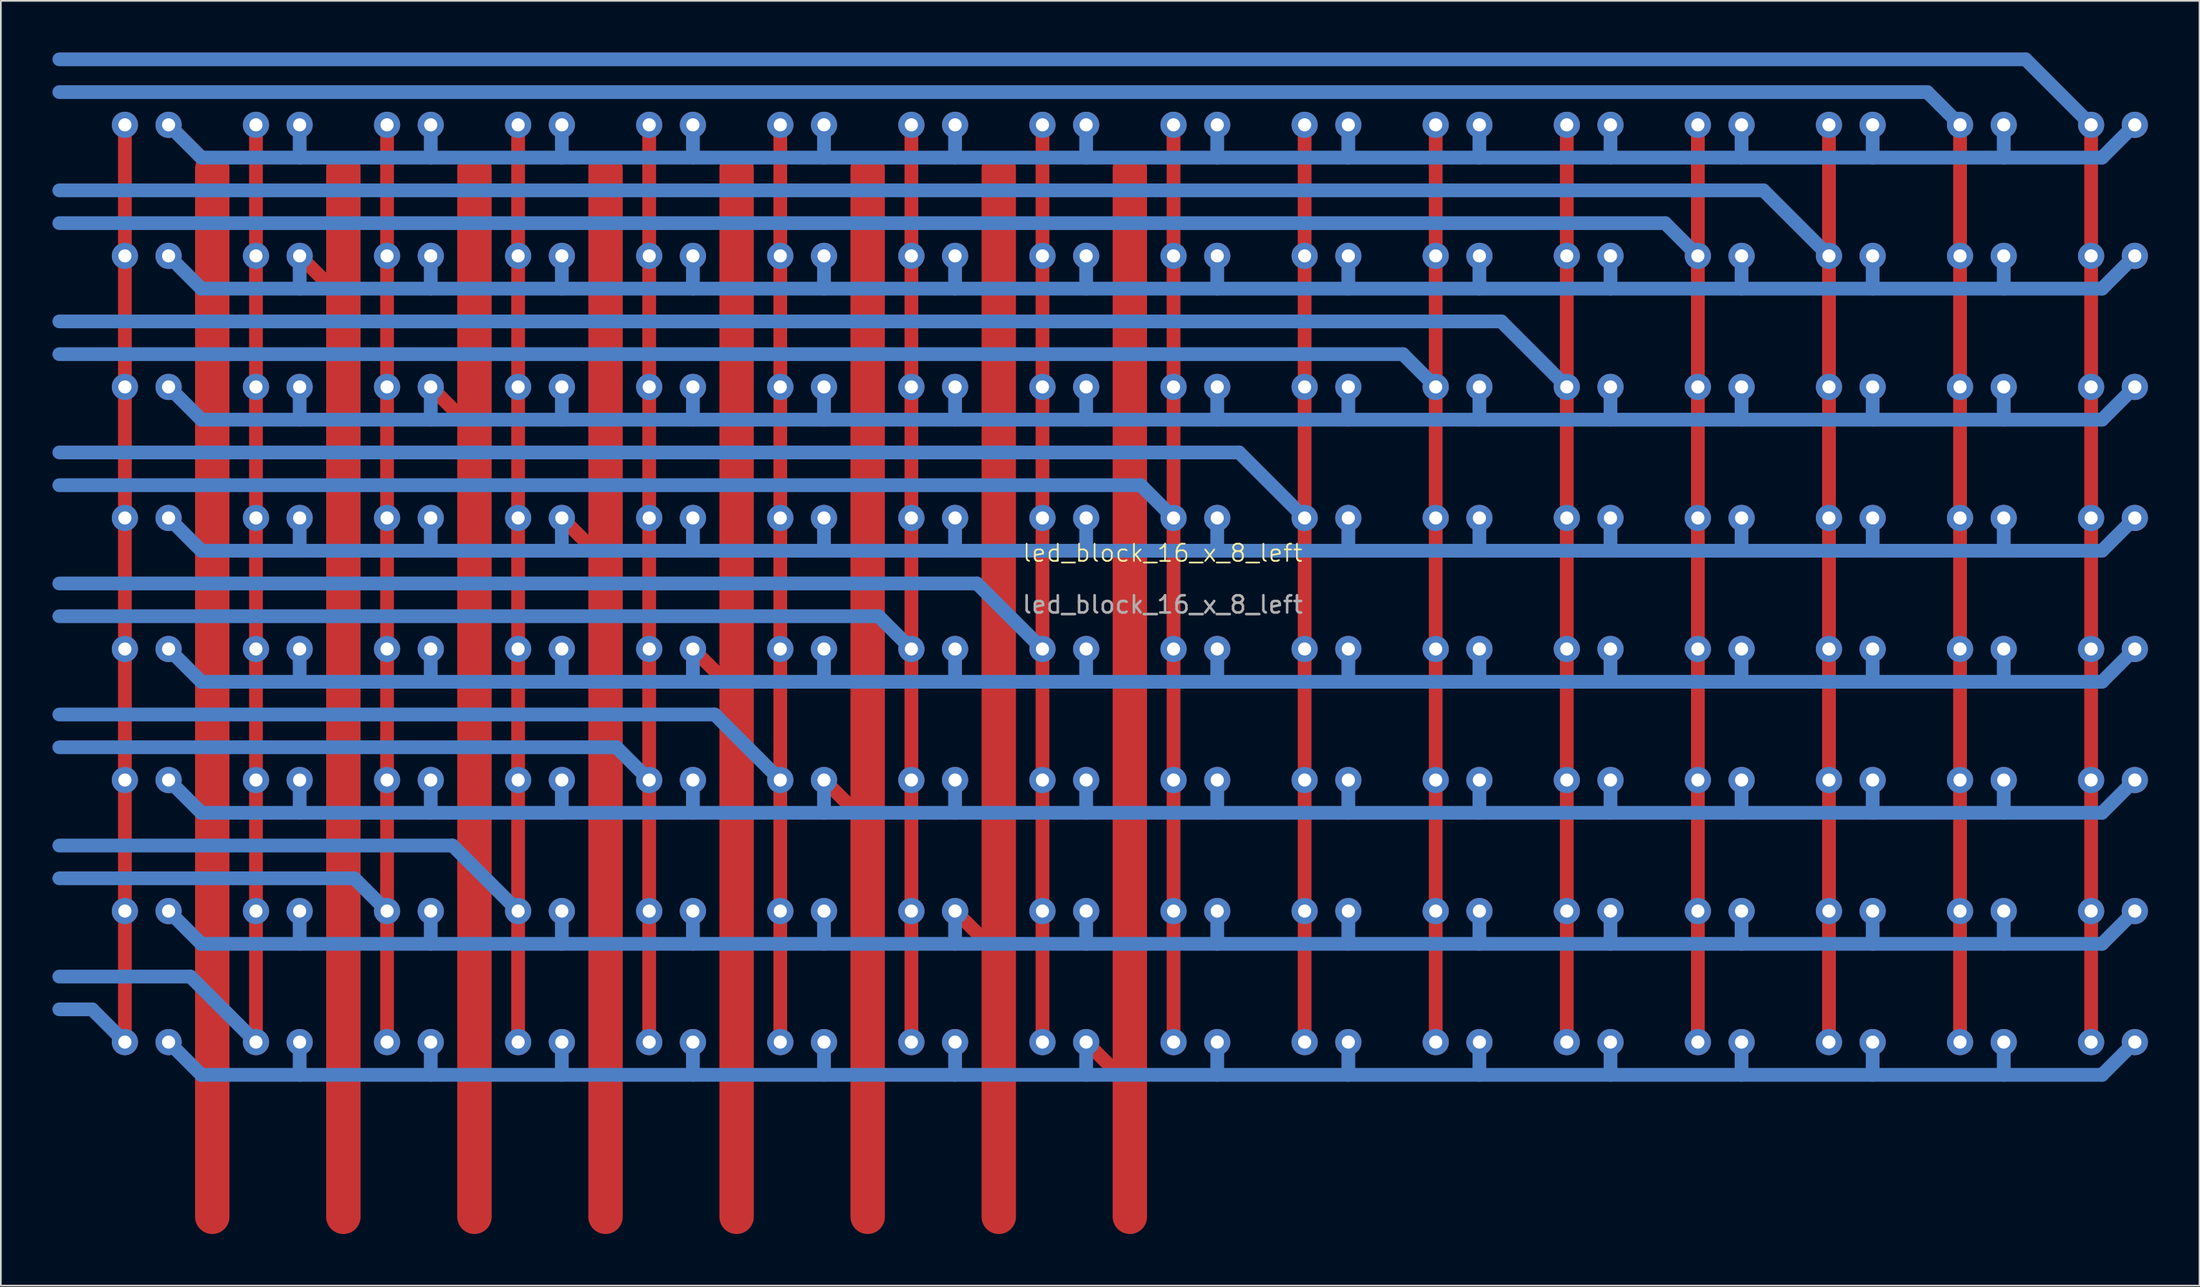
<source format=kicad_pcb>
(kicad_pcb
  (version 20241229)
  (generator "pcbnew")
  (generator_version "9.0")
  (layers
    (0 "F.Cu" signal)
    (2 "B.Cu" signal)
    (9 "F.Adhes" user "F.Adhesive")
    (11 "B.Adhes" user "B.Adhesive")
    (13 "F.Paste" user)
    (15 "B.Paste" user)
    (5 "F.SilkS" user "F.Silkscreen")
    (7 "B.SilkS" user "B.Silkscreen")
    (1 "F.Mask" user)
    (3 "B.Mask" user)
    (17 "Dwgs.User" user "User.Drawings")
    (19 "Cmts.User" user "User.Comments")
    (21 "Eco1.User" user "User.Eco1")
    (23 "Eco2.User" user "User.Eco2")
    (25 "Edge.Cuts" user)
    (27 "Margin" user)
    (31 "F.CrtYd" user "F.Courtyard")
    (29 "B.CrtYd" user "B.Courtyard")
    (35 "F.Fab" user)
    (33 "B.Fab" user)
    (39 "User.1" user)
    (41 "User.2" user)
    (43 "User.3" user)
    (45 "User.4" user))
  (footprint "led_block_16_x_8_left"
    (layer "F.Cu")
    (at 64.535 29.61)
    (property "Reference" "led_block_16_x_8_left" (at 0 -0.5 0) (unlocked yes) (layer "F.SilkS") (effects (font (size 1 1) (thickness 0.1))))
    (attr through_hole)
    (fp_line (start -60.325 -25.4) (end -60.325 27.94) (stroke (width 0.8) (type default)) (layer "F.Cu"))
    (fp_line (start -57.785 -25.4) (end -55.245 -22.86) (stroke (width 0.8) (type default)) (layer "F.Cu"))
    (fp_line (start -55.245 -22.86) (end -55.245 38.1) (stroke (width 2) (type default)) (layer "F.Cu"))
    (fp_line (start -52.705 -25.4) (end -52.705 27.94) (stroke (width 0.8) (type default)) (layer "F.Cu"))
    (fp_line (start -50.165 -17.78) (end -47.625 -15.24) (stroke (width 0.8) (type default)) (layer "F.Cu"))
    (fp_line (start -47.625 -22.86) (end -47.625 38.1) (stroke (width 2) (type default)) (layer "F.Cu"))
    (fp_line (start -45.085 -25.4) (end -45.085 27.94) (stroke (width 0.8) (type default)) (layer "F.Cu"))
    (fp_line (start -42.545 -10.16) (end -40.005 -7.62) (stroke (width 0.8) (type default)) (layer "F.Cu"))
    (fp_line (start -40.005 -22.86) (end -40.005 38.1) (stroke (width 2) (type default)) (layer "F.Cu"))
    (fp_line (start -37.465 -25.4) (end -37.465 27.94) (stroke (width 0.8) (type default)) (layer "F.Cu"))
    (fp_line (start -34.925 -2.54) (end -32.385 0) (stroke (width 0.8) (type default)) (layer "F.Cu"))
    (fp_line (start -32.385 -22.86) (end -32.385 38.1) (stroke (width 2) (type default)) (layer "F.Cu"))
    (fp_line (start -29.845 -25.4) (end -29.845 27.94) (stroke (width 0.8) (type default)) (layer "F.Cu"))
    (fp_line (start -27.305 5.08) (end -24.765 7.62) (stroke (width 0.8) (type default)) (layer "F.Cu"))
    (fp_line (start -24.765 -22.86) (end -24.765 38.1) (stroke (width 2) (type default)) (layer "F.Cu"))
    (fp_line (start -22.225 -25.4) (end -22.225 27.94) (stroke (width 0.8) (type default)) (layer "F.Cu"))
    (fp_line (start -19.685 12.7) (end -17.145 15.24) (stroke (width 0.8) (type default)) (layer "F.Cu"))
    (fp_line (start -17.145 -22.86) (end -17.145 38.1) (stroke (width 2) (type default)) (layer "F.Cu"))
    (fp_line (start -14.605 -25.4) (end -14.605 27.94) (stroke (width 0.8) (type default)) (layer "F.Cu"))
    (fp_line (start -12.065 20.32) (end -9.525 22.86) (stroke (width 0.8) (type default)) (layer "F.Cu"))
    (fp_line (start -9.525 -22.86) (end -9.525 38.1) (stroke (width 2) (type default)) (layer "F.Cu"))
    (fp_line (start -6.985 -25.4) (end -6.985 27.94) (stroke (width 0.8) (type default)) (layer "F.Cu"))
    (fp_line (start -4.445 27.94) (end -1.905 30.48) (stroke (width 0.8) (type default)) (layer "F.Cu"))
    (fp_line (start -1.905 -22.86) (end -1.905 38.1) (stroke (width 2) (type default)) (layer "F.Cu"))
    (fp_line (start 0.635 -25.4) (end 0.635 27.94) (stroke (width 0.8) (type default)) (layer "F.Cu"))
    (fp_line (start 8.255 -25.4) (end 8.255 27.94) (stroke (width 0.8) (type default)) (layer "F.Cu"))
    (fp_line (start 15.875 -25.4) (end 15.875 27.94) (stroke (width 0.8) (type default)) (layer "F.Cu"))
    (fp_line (start 23.495 -25.4) (end 23.495 27.94) (stroke (width 0.8) (type default)) (layer "F.Cu"))
    (fp_line (start 31.115 -25.4) (end 31.115 27.94) (stroke (width 0.8) (type default)) (layer "F.Cu"))
    (fp_line (start 38.735 -25.4) (end 38.735 27.94) (stroke (width 0.8) (type default)) (layer "F.Cu"))
    (fp_line (start 46.355 -25.4) (end 46.355 27.94) (stroke (width 0.8) (type default)) (layer "F.Cu"))
    (fp_line (start 53.975 -25.4) (end 53.975 27.94) (stroke (width 0.8) (type default)) (layer "F.Cu"))
    (fp_line (start -64.135 -27.305) (end 44.45 -27.305) (stroke (width 0.8) (type default)) (layer "B.Cu"))
    (fp_line (start -64.135 -19.685) (end 29.21 -19.685) (stroke (width 0.8) (type default)) (layer "B.Cu"))
    (fp_line (start -64.135 -12.065) (end 13.97 -12.065) (stroke (width 0.8) (type default)) (layer "B.Cu"))
    (fp_line (start -64.135 -4.445) (end -1.27 -4.445) (stroke (width 0.8) (type default)) (layer "B.Cu"))
    (fp_line (start -64.135 3.175) (end -16.51 3.175) (stroke (width 0.8) (type default)) (layer "B.Cu"))
    (fp_line (start -64.135 10.795) (end -31.75 10.795) (stroke (width 0.8) (type default)) (layer "B.Cu"))
    (fp_line (start -64.135 24.13) (end -56.515 24.13) (stroke (width 0.8) (type default)) (layer "B.Cu"))
    (fp_line (start -62.23 26.035) (end -64.135 26.035) (stroke (width 0.8) (type default)) (layer "B.Cu"))
    (fp_line (start -60.325 27.94) (end -62.23 26.035) (stroke (width 0.8) (type default)) (layer "B.Cu"))
    (fp_line (start -57.785 -25.4) (end -55.88 -23.495) (stroke (width 0.8) (type default)) (layer "B.Cu"))
    (fp_line (start -57.785 -17.78) (end -55.88 -15.875) (stroke (width 0.8) (type default)) (layer "B.Cu"))
    (fp_line (start -57.785 -10.16) (end -55.88 -8.255) (stroke (width 0.8) (type default)) (layer "B.Cu"))
    (fp_line (start -57.785 -2.54) (end -55.88 -0.635) (stroke (width 0.8) (type default)) (layer "B.Cu"))
    (fp_line (start -57.785 5.08) (end -55.88 6.985) (stroke (width 0.8) (type default)) (layer "B.Cu"))
    (fp_line (start -57.785 12.7) (end -55.88 14.605) (stroke (width 0.8) (type default)) (layer "B.Cu"))
    (fp_line (start -57.785 20.32) (end -55.88 22.225) (stroke (width 0.8) (type default)) (layer "B.Cu"))
    (fp_line (start -57.785 27.94) (end -55.88 29.845) (stroke (width 0.8) (type default)) (layer "B.Cu"))
    (fp_line (start -56.515 24.13) (end -52.705 27.94) (stroke (width 0.8) (type default)) (layer "B.Cu"))
    (fp_line (start -55.88 -23.495) (end 54.61 -23.495) (stroke (width 0.8) (type default)) (layer "B.Cu"))
    (fp_line (start -55.88 -15.875) (end 54.61 -15.875) (stroke (width 0.8) (type default)) (layer "B.Cu"))
    (fp_line (start -55.88 -8.255) (end 54.61 -8.255) (stroke (width 0.8) (type default)) (layer "B.Cu"))
    (fp_line (start -55.88 -0.635) (end 54.61 -0.635) (stroke (width 0.8) (type default)) (layer "B.Cu"))
    (fp_line (start -55.88 6.985) (end 54.61 6.985) (stroke (width 0.8) (type default)) (layer "B.Cu"))
    (fp_line (start -55.88 14.605) (end 54.61 14.605) (stroke (width 0.8) (type default)) (layer "B.Cu"))
    (fp_line (start -55.88 22.225) (end 54.61 22.225) (stroke (width 0.8) (type default)) (layer "B.Cu"))
    (fp_line (start -55.88 29.845) (end 54.61 29.845) (stroke (width 0.8) (type default)) (layer "B.Cu"))
    (fp_line (start -50.165 -23.495) (end -50.165 -25.4) (stroke (width 0.8) (type default)) (layer "B.Cu"))
    (fp_line (start -50.165 -15.875) (end -50.165 -17.78) (stroke (width 0.8) (type default)) (layer "B.Cu"))
    (fp_line (start -50.165 -8.255) (end -50.165 -10.16) (stroke (width 0.8) (type default)) (layer "B.Cu"))
    (fp_line (start -50.165 -0.635) (end -50.165 -2.54) (stroke (width 0.8) (type default)) (layer "B.Cu"))
    (fp_line (start -50.165 6.985) (end -50.165 5.08) (stroke (width 0.8) (type default)) (layer "B.Cu"))
    (fp_line (start -50.165 14.605) (end -50.165 12.7) (stroke (width 0.8) (type default)) (layer "B.Cu"))
    (fp_line (start -50.165 22.225) (end -50.165 20.32) (stroke (width 0.8) (type default)) (layer "B.Cu"))
    (fp_line (start -50.165 29.845) (end -50.165 27.94) (stroke (width 0.8) (type default)) (layer "B.Cu"))
    (fp_line (start -46.99 18.415) (end -64.135 18.415) (stroke (width 0.8) (type default)) (layer "B.Cu"))
    (fp_line (start -45.085 20.32) (end -46.99 18.415) (stroke (width 0.8) (type default)) (layer "B.Cu"))
    (fp_line (start -42.545 -23.495) (end -42.545 -25.4) (stroke (width 0.8) (type default)) (layer "B.Cu"))
    (fp_line (start -42.545 -15.875) (end -42.545 -17.78) (stroke (width 0.8) (type default)) (layer "B.Cu"))
    (fp_line (start -42.545 -8.255) (end -42.545 -10.16) (stroke (width 0.8) (type default)) (layer "B.Cu"))
    (fp_line (start -42.545 -0.635) (end -42.545 -2.54) (stroke (width 0.8) (type default)) (layer "B.Cu"))
    (fp_line (start -42.545 6.985) (end -42.545 5.08) (stroke (width 0.8) (type default)) (layer "B.Cu"))
    (fp_line (start -42.545 14.605) (end -42.545 12.7) (stroke (width 0.8) (type default)) (layer "B.Cu"))
    (fp_line (start -42.545 22.225) (end -42.545 20.32) (stroke (width 0.8) (type default)) (layer "B.Cu"))
    (fp_line (start -42.545 29.845) (end -42.545 27.94) (stroke (width 0.8) (type default)) (layer "B.Cu"))
    (fp_line (start -41.275 16.51) (end -64.135 16.51) (stroke (width 0.8) (type default)) (layer "B.Cu"))
    (fp_line (start -37.465 20.32) (end -41.275 16.51) (stroke (width 0.8) (type default)) (layer "B.Cu"))
    (fp_line (start -34.925 -23.495) (end -34.925 -25.4) (stroke (width 0.8) (type default)) (layer "B.Cu"))
    (fp_line (start -34.925 -15.875) (end -34.925 -17.78) (stroke (width 0.8) (type default)) (layer "B.Cu"))
    (fp_line (start -34.925 -8.255) (end -34.925 -10.16) (stroke (width 0.8) (type default)) (layer "B.Cu"))
    (fp_line (start -34.925 -0.635) (end -34.925 -2.54) (stroke (width 0.8) (type default)) (layer "B.Cu"))
    (fp_line (start -34.925 6.985) (end -34.925 5.08) (stroke (width 0.8) (type default)) (layer "B.Cu"))
    (fp_line (start -34.925 14.605) (end -34.925 12.7) (stroke (width 0.8) (type default)) (layer "B.Cu"))
    (fp_line (start -34.925 22.225) (end -34.925 20.32) (stroke (width 0.8) (type default)) (layer "B.Cu"))
    (fp_line (start -34.925 29.845) (end -34.925 27.94) (stroke (width 0.8) (type default)) (layer "B.Cu"))
    (fp_line (start -31.75 10.795) (end -29.845 12.7) (stroke (width 0.8) (type default)) (layer "B.Cu"))
    (fp_line (start -27.305 -23.495) (end -27.305 -25.4) (stroke (width 0.8) (type default)) (layer "B.Cu"))
    (fp_line (start -27.305 -15.875) (end -27.305 -17.78) (stroke (width 0.8) (type default)) (layer "B.Cu"))
    (fp_line (start -27.305 -8.255) (end -27.305 -10.16) (stroke (width 0.8) (type default)) (layer "B.Cu"))
    (fp_line (start -27.305 -0.635) (end -27.305 -2.54) (stroke (width 0.8) (type default)) (layer "B.Cu"))
    (fp_line (start -27.305 6.985) (end -27.305 5.08) (stroke (width 0.8) (type default)) (layer "B.Cu"))
    (fp_line (start -27.305 14.605) (end -27.305 12.7) (stroke (width 0.8) (type default)) (layer "B.Cu"))
    (fp_line (start -27.305 22.225) (end -27.305 20.32) (stroke (width 0.8) (type default)) (layer "B.Cu"))
    (fp_line (start -27.305 29.845) (end -27.305 27.94) (stroke (width 0.8) (type default)) (layer "B.Cu"))
    (fp_line (start -26.035 8.89) (end -64.135 8.89) (stroke (width 0.8) (type default)) (layer "B.Cu"))
    (fp_line (start -22.225 12.7) (end -26.035 8.89) (stroke (width 0.8) (type default)) (layer "B.Cu"))
    (fp_line (start -19.685 -23.495) (end -19.685 -25.4) (stroke (width 0.8) (type default)) (layer "B.Cu"))
    (fp_line (start -19.685 -15.875) (end -19.685 -17.78) (stroke (width 0.8) (type default)) (layer "B.Cu"))
    (fp_line (start -19.685 -8.255) (end -19.685 -10.16) (stroke (width 0.8) (type default)) (layer "B.Cu"))
    (fp_line (start -19.685 -0.635) (end -19.685 -2.54) (stroke (width 0.8) (type default)) (layer "B.Cu"))
    (fp_line (start -19.685 6.985) (end -19.685 5.08) (stroke (width 0.8) (type default)) (layer "B.Cu"))
    (fp_line (start -19.685 14.605) (end -19.685 12.7) (stroke (width 0.8) (type default)) (layer "B.Cu"))
    (fp_line (start -19.685 22.225) (end -19.685 20.32) (stroke (width 0.8) (type default)) (layer "B.Cu"))
    (fp_line (start -19.685 29.845) (end -19.685 27.94) (stroke (width 0.8) (type default)) (layer "B.Cu"))
    (fp_line (start -16.51 3.175) (end -14.605 5.08) (stroke (width 0.8) (type default)) (layer "B.Cu"))
    (fp_line (start -12.065 -23.495) (end -12.065 -25.4) (stroke (width 0.8) (type default)) (layer "B.Cu"))
    (fp_line (start -12.065 -15.875) (end -12.065 -17.78) (stroke (width 0.8) (type default)) (layer "B.Cu"))
    (fp_line (start -12.065 -8.255) (end -12.065 -10.16) (stroke (width 0.8) (type default)) (layer "B.Cu"))
    (fp_line (start -12.065 -0.635) (end -12.065 -2.54) (stroke (width 0.8) (type default)) (layer "B.Cu"))
    (fp_line (start -12.065 6.985) (end -12.065 5.08) (stroke (width 0.8) (type default)) (layer "B.Cu"))
    (fp_line (start -12.065 14.605) (end -12.065 12.7) (stroke (width 0.8) (type default)) (layer "B.Cu"))
    (fp_line (start -12.065 22.225) (end -12.065 20.32) (stroke (width 0.8) (type default)) (layer "B.Cu"))
    (fp_line (start -12.065 29.845) (end -12.065 27.94) (stroke (width 0.8) (type default)) (layer "B.Cu"))
    (fp_line (start -10.795 1.27) (end -64.135 1.27) (stroke (width 0.8) (type default)) (layer "B.Cu"))
    (fp_line (start -6.985 5.08) (end -10.795 1.27) (stroke (width 0.8) (type default)) (layer "B.Cu"))
    (fp_line (start -4.445 -23.495) (end -4.445 -25.4) (stroke (width 0.8) (type default)) (layer "B.Cu"))
    (fp_line (start -4.445 -15.875) (end -4.445 -17.78) (stroke (width 0.8) (type default)) (layer "B.Cu"))
    (fp_line (start -4.445 -8.255) (end -4.445 -10.16) (stroke (width 0.8) (type default)) (layer "B.Cu"))
    (fp_line (start -4.445 -0.635) (end -4.445 -2.54) (stroke (width 0.8) (type default)) (layer "B.Cu"))
    (fp_line (start -4.445 6.985) (end -4.445 5.08) (stroke (width 0.8) (type default)) (layer "B.Cu"))
    (fp_line (start -4.445 14.605) (end -4.445 12.7) (stroke (width 0.8) (type default)) (layer "B.Cu"))
    (fp_line (start -4.445 22.225) (end -4.445 20.32) (stroke (width 0.8) (type default)) (layer "B.Cu"))
    (fp_line (start -4.445 29.845) (end -4.445 27.94) (stroke (width 0.8) (type default)) (layer "B.Cu"))
    (fp_line (start -1.27 -4.445) (end 0.635 -2.54) (stroke (width 0.8) (type default)) (layer "B.Cu"))
    (fp_line (start 3.175 -23.495) (end 3.175 -25.4) (stroke (width 0.8) (type default)) (layer "B.Cu"))
    (fp_line (start 3.175 -15.875) (end 3.175 -17.78) (stroke (width 0.8) (type default)) (layer "B.Cu"))
    (fp_line (start 3.175 -8.255) (end 3.175 -10.16) (stroke (width 0.8) (type default)) (layer "B.Cu"))
    (fp_line (start 3.175 -0.635) (end 3.175 -2.54) (stroke (width 0.8) (type default)) (layer "B.Cu"))
    (fp_line (start 3.175 6.985) (end 3.175 5.08) (stroke (width 0.8) (type default)) (layer "B.Cu"))
    (fp_line (start 3.175 14.605) (end 3.175 12.7) (stroke (width 0.8) (type default)) (layer "B.Cu"))
    (fp_line (start 3.175 22.225) (end 3.175 20.32) (stroke (width 0.8) (type default)) (layer "B.Cu"))
    (fp_line (start 3.175 29.845) (end 3.175 27.94) (stroke (width 0.8) (type default)) (layer "B.Cu"))
    (fp_line (start 4.445 -6.35) (end -64.135 -6.35) (stroke (width 0.8) (type default)) (layer "B.Cu"))
    (fp_line (start 8.255 -2.54) (end 4.445 -6.35) (stroke (width 0.8) (type default)) (layer "B.Cu"))
    (fp_line (start 10.795 -23.495) (end 10.795 -25.4) (stroke (width 0.8) (type default)) (layer "B.Cu"))
    (fp_line (start 10.795 -15.875) (end 10.795 -17.78) (stroke (width 0.8) (type default)) (layer "B.Cu"))
    (fp_line (start 10.795 -8.255) (end 10.795 -10.16) (stroke (width 0.8) (type default)) (layer "B.Cu"))
    (fp_line (start 10.795 -0.635) (end 10.795 -2.54) (stroke (width 0.8) (type default)) (layer "B.Cu"))
    (fp_line (start 10.795 6.985) (end 10.795 5.08) (stroke (width 0.8) (type default)) (layer "B.Cu"))
    (fp_line (start 10.795 14.605) (end 10.795 12.7) (stroke (width 0.8) (type default)) (layer "B.Cu"))
    (fp_line (start 10.795 22.225) (end 10.795 20.32) (stroke (width 0.8) (type default)) (layer "B.Cu"))
    (fp_line (start 10.795 29.845) (end 10.795 27.94) (stroke (width 0.8) (type default)) (layer "B.Cu"))
    (fp_line (start 13.97 -12.065) (end 15.875 -10.16) (stroke (width 0.8) (type default)) (layer "B.Cu"))
    (fp_line (start 18.415 -23.495) (end 18.415 -25.4) (stroke (width 0.8) (type default)) (layer "B.Cu"))
    (fp_line (start 18.415 -15.875) (end 18.415 -17.78) (stroke (width 0.8) (type default)) (layer "B.Cu"))
    (fp_line (start 18.415 -8.255) (end 18.415 -10.16) (stroke (width 0.8) (type default)) (layer "B.Cu"))
    (fp_line (start 18.415 -0.635) (end 18.415 -2.54) (stroke (width 0.8) (type default)) (layer "B.Cu"))
    (fp_line (start 18.415 6.985) (end 18.415 5.08) (stroke (width 0.8) (type default)) (layer "B.Cu"))
    (fp_line (start 18.415 14.605) (end 18.415 12.7) (stroke (width 0.8) (type default)) (layer "B.Cu"))
    (fp_line (start 18.415 22.225) (end 18.415 20.32) (stroke (width 0.8) (type default)) (layer "B.Cu"))
    (fp_line (start 18.415 29.845) (end 18.415 27.94) (stroke (width 0.8) (type default)) (layer "B.Cu"))
    (fp_line (start 19.685 -13.97) (end -64.135 -13.97) (stroke (width 0.8) (type default)) (layer "B.Cu"))
    (fp_line (start 23.495 -10.16) (end 19.685 -13.97) (stroke (width 0.8) (type default)) (layer "B.Cu"))
    (fp_line (start 26.035 -23.495) (end 26.035 -25.4) (stroke (width 0.8) (type default)) (layer "B.Cu"))
    (fp_line (start 26.035 -15.875) (end 26.035 -17.78) (stroke (width 0.8) (type default)) (layer "B.Cu"))
    (fp_line (start 26.035 -8.255) (end 26.035 -10.16) (stroke (width 0.8) (type default)) (layer "B.Cu"))
    (fp_line (start 26.035 -0.635) (end 26.035 -2.54) (stroke (width 0.8) (type default)) (layer "B.Cu"))
    (fp_line (start 26.035 6.985) (end 26.035 5.08) (stroke (width 0.8) (type default)) (layer "B.Cu"))
    (fp_line (start 26.035 14.605) (end 26.035 12.7) (stroke (width 0.8) (type default)) (layer "B.Cu"))
    (fp_line (start 26.035 22.225) (end 26.035 20.32) (stroke (width 0.8) (type default)) (layer "B.Cu"))
    (fp_line (start 26.035 29.845) (end 26.035 27.94) (stroke (width 0.8) (type default)) (layer "B.Cu"))
    (fp_line (start 29.21 -19.685) (end 31.115 -17.78) (stroke (width 0.8) (type default)) (layer "B.Cu"))
    (fp_line (start 33.655 -23.495) (end 33.655 -25.4) (stroke (width 0.8) (type default)) (layer "B.Cu"))
    (fp_line (start 33.655 -15.875) (end 33.655 -17.78) (stroke (width 0.8) (type default)) (layer "B.Cu"))
    (fp_line (start 33.655 -8.255) (end 33.655 -10.16) (stroke (width 0.8) (type default)) (layer "B.Cu"))
    (fp_line (start 33.655 -0.635) (end 33.655 -2.54) (stroke (width 0.8) (type default)) (layer "B.Cu"))
    (fp_line (start 33.655 6.985) (end 33.655 5.08) (stroke (width 0.8) (type default)) (layer "B.Cu"))
    (fp_line (start 33.655 14.605) (end 33.655 12.7) (stroke (width 0.8) (type default)) (layer "B.Cu"))
    (fp_line (start 33.655 22.225) (end 33.655 20.32) (stroke (width 0.8) (type default)) (layer "B.Cu"))
    (fp_line (start 33.655 29.845) (end 33.655 27.94) (stroke (width 0.8) (type default)) (layer "B.Cu"))
    (fp_line (start 34.925 -21.59) (end -64.135 -21.59) (stroke (width 0.8) (type default)) (layer "B.Cu"))
    (fp_line (start 38.735 -17.78) (end 34.925 -21.59) (stroke (width 0.8) (type default)) (layer "B.Cu"))
    (fp_line (start 41.275 -23.495) (end 41.275 -25.4) (stroke (width 0.8) (type default)) (layer "B.Cu"))
    (fp_line (start 41.275 -15.875) (end 41.275 -17.78) (stroke (width 0.8) (type default)) (layer "B.Cu"))
    (fp_line (start 41.275 -8.255) (end 41.275 -10.16) (stroke (width 0.8) (type default)) (layer "B.Cu"))
    (fp_line (start 41.275 -0.635) (end 41.275 -2.54) (stroke (width 0.8) (type default)) (layer "B.Cu"))
    (fp_line (start 41.275 6.985) (end 41.275 5.08) (stroke (width 0.8) (type default)) (layer "B.Cu"))
    (fp_line (start 41.275 14.605) (end 41.275 12.7) (stroke (width 0.8) (type default)) (layer "B.Cu"))
    (fp_line (start 41.275 22.225) (end 41.275 20.32) (stroke (width 0.8) (type default)) (layer "B.Cu"))
    (fp_line (start 41.275 29.845) (end 41.275 27.94) (stroke (width 0.8) (type default)) (layer "B.Cu"))
    (fp_line (start 46.355 -25.4) (end 44.45 -27.305) (stroke (width 0.8) (type default)) (layer "B.Cu"))
    (fp_line (start 48.895 -23.495) (end 48.895 -25.4) (stroke (width 0.8) (type default)) (layer "B.Cu"))
    (fp_line (start 48.895 -15.875) (end 48.895 -17.78) (stroke (width 0.8) (type default)) (layer "B.Cu"))
    (fp_line (start 48.895 -8.255) (end 48.895 -10.16) (stroke (width 0.8) (type default)) (layer "B.Cu"))
    (fp_line (start 48.895 -0.635) (end 48.895 -2.54) (stroke (width 0.8) (type default)) (layer "B.Cu"))
    (fp_line (start 48.895 6.985) (end 48.895 5.08) (stroke (width 0.8) (type default)) (layer "B.Cu"))
    (fp_line (start 48.895 14.605) (end 48.895 12.7) (stroke (width 0.8) (type default)) (layer "B.Cu"))
    (fp_line (start 48.895 22.225) (end 48.895 20.32) (stroke (width 0.8) (type default)) (layer "B.Cu"))
    (fp_line (start 48.895 29.845) (end 48.895 27.94) (stroke (width 0.8) (type default)) (layer "B.Cu"))
    (fp_line (start 50.165 -29.21) (end -64.135 -29.21) (stroke (width 0.8) (type default)) (layer "B.Cu"))
    (fp_line (start 53.975 -25.4) (end 50.165 -29.21) (stroke (width 0.8) (type default)) (layer "B.Cu"))
    (fp_line (start 54.61 -23.495) (end 56.515 -25.4) (stroke (width 0.8) (type default)) (layer "B.Cu"))
    (fp_line (start 54.61 -15.875) (end 56.515 -17.78) (stroke (width 0.8) (type default)) (layer "B.Cu"))
    (fp_line (start 54.61 -8.255) (end 56.515 -10.16) (stroke (width 0.8) (type default)) (layer "B.Cu"))
    (fp_line (start 54.61 -0.635) (end 56.515 -2.54) (stroke (width 0.8) (type default)) (layer "B.Cu"))
    (fp_line (start 54.61 6.985) (end 56.515 5.08) (stroke (width 0.8) (type default)) (layer "B.Cu"))
    (fp_line (start 54.61 14.605) (end 56.515 12.7) (stroke (width 0.8) (type default)) (layer "B.Cu"))
    (fp_line (start 54.61 22.225) (end 56.515 20.32) (stroke (width 0.8) (type default)) (layer "B.Cu"))
    (fp_line (start 54.61 29.845) (end 56.515 27.94) (stroke (width 0.8) (type default)) (layer "B.Cu"))
    (fp_text user "${REFERENCE}" (at 0 2.5 0) (unlocked yes) (layer "F.Fab") (effects (font (size 1 1) (thickness 0.15))))
    (pad "1" thru_hole circle (at -60.325 -25.4) (size 1.524 1.524) (drill 0.762) (layers "*.Cu" "*.Mask"))
    (pad "1" thru_hole circle (at -60.325 -17.78) (size 1.524 1.524) (drill 0.762) (layers "*.Cu" "*.Mask"))
    (pad "1" thru_hole circle (at -60.325 -10.16) (size 1.524 1.524) (drill 0.762) (layers "*.Cu" "*.Mask"))
    (pad "1" thru_hole circle (at -60.325 -2.54) (size 1.524 1.524) (drill 0.762) (layers "*.Cu" "*.Mask"))
    (pad "1" thru_hole circle (at -60.325 5.08) (size 1.524 1.524) (drill 0.762) (layers "*.Cu" "*.Mask"))
    (pad "1" thru_hole circle (at -60.325 12.7) (size 1.524 1.524) (drill 0.762) (layers "*.Cu" "*.Mask"))
    (pad "1" thru_hole circle (at -60.325 20.32) (size 1.524 1.524) (drill 0.762) (layers "*.Cu" "*.Mask"))
    (pad "1" thru_hole circle (at -60.325 27.94) (size 1.524 1.524) (drill 0.762) (layers "*.Cu" "*.Mask"))
    (pad "2" thru_hole circle (at -52.705 -25.4) (size 1.524 1.524) (drill 0.762) (layers "*.Cu" "*.Mask"))
    (pad "2" thru_hole circle (at -52.705 -17.78) (size 1.524 1.524) (drill 0.762) (layers "*.Cu" "*.Mask"))
    (pad "2" thru_hole circle (at -52.705 -10.16) (size 1.524 1.524) (drill 0.762) (layers "*.Cu" "*.Mask"))
    (pad "2" thru_hole circle (at -52.705 -2.54) (size 1.524 1.524) (drill 0.762) (layers "*.Cu" "*.Mask"))
    (pad "2" thru_hole circle (at -52.705 5.08) (size 1.524 1.524) (drill 0.762) (layers "*.Cu" "*.Mask"))
    (pad "2" thru_hole circle (at -52.705 12.7) (size 1.524 1.524) (drill 0.762) (layers "*.Cu" "*.Mask"))
    (pad "2" thru_hole circle (at -52.705 20.32) (size 1.524 1.524) (drill 0.762) (layers "*.Cu" "*.Mask"))
    (pad "2" thru_hole circle (at -52.705 27.94) (size 1.524 1.524) (drill 0.762) (layers "*.Cu" "*.Mask"))
    (pad "3" thru_hole circle (at -45.085 -25.4) (size 1.524 1.524) (drill 0.762) (layers "*.Cu" "*.Mask"))
    (pad "3" thru_hole circle (at -45.085 -17.78) (size 1.524 1.524) (drill 0.762) (layers "*.Cu" "*.Mask"))
    (pad "3" thru_hole circle (at -45.085 -10.16) (size 1.524 1.524) (drill 0.762) (layers "*.Cu" "*.Mask"))
    (pad "3" thru_hole circle (at -45.085 -2.54) (size 1.524 1.524) (drill 0.762) (layers "*.Cu" "*.Mask"))
    (pad "3" thru_hole circle (at -45.085 5.08) (size 1.524 1.524) (drill 0.762) (layers "*.Cu" "*.Mask"))
    (pad "3" thru_hole circle (at -45.085 12.7) (size 1.524 1.524) (drill 0.762) (layers "*.Cu" "*.Mask"))
    (pad "3" thru_hole circle (at -45.085 20.32) (size 1.524 1.524) (drill 0.762) (layers "*.Cu" "*.Mask"))
    (pad "3" thru_hole circle (at -45.085 27.94) (size 1.524 1.524) (drill 0.762) (layers "*.Cu" "*.Mask"))
    (pad "4" thru_hole circle (at -37.465 -25.4) (size 1.524 1.524) (drill 0.762) (layers "*.Cu" "*.Mask"))
    (pad "4" thru_hole circle (at -37.465 -17.78) (size 1.524 1.524) (drill 0.762) (layers "*.Cu" "*.Mask"))
    (pad "4" thru_hole circle (at -37.465 -10.16) (size 1.524 1.524) (drill 0.762) (layers "*.Cu" "*.Mask"))
    (pad "4" thru_hole circle (at -37.465 -2.54) (size 1.524 1.524) (drill 0.762) (layers "*.Cu" "*.Mask"))
    (pad "4" thru_hole circle (at -37.465 5.08) (size 1.524 1.524) (drill 0.762) (layers "*.Cu" "*.Mask"))
    (pad "4" thru_hole circle (at -37.465 12.7) (size 1.524 1.524) (drill 0.762) (layers "*.Cu" "*.Mask"))
    (pad "4" thru_hole circle (at -37.465 20.32) (size 1.524 1.524) (drill 0.762) (layers "*.Cu" "*.Mask"))
    (pad "4" thru_hole circle (at -37.465 27.94) (size 1.524 1.524) (drill 0.762) (layers "*.Cu" "*.Mask"))
    (pad "5" thru_hole circle (at -29.845 -25.4) (size 1.524 1.524) (drill 0.762) (layers "*.Cu" "*.Mask"))
    (pad "5" thru_hole circle (at -29.845 -17.78) (size 1.524 1.524) (drill 0.762) (layers "*.Cu" "*.Mask"))
    (pad "5" thru_hole circle (at -29.845 -10.16) (size 1.524 1.524) (drill 0.762) (layers "*.Cu" "*.Mask"))
    (pad "5" thru_hole circle (at -29.845 -2.54) (size 1.524 1.524) (drill 0.762) (layers "*.Cu" "*.Mask"))
    (pad "5" thru_hole circle (at -29.845 5.08) (size 1.524 1.524) (drill 0.762) (layers "*.Cu" "*.Mask"))
    (pad "5" thru_hole circle (at -29.845 12.7) (size 1.524 1.524) (drill 0.762) (layers "*.Cu" "*.Mask"))
    (pad "5" thru_hole circle (at -29.845 20.32) (size 1.524 1.524) (drill 0.762) (layers "*.Cu" "*.Mask"))
    (pad "5" thru_hole circle (at -29.845 27.94) (size 1.524 1.524) (drill 0.762) (layers "*.Cu" "*.Mask"))
    (pad "6" thru_hole circle (at -22.225 -25.4) (size 1.524 1.524) (drill 0.762) (layers "*.Cu" "*.Mask"))
    (pad "6" thru_hole circle (at -22.225 -17.78) (size 1.524 1.524) (drill 0.762) (layers "*.Cu" "*.Mask"))
    (pad "6" thru_hole circle (at -22.225 -10.16) (size 1.524 1.524) (drill 0.762) (layers "*.Cu" "*.Mask"))
    (pad "6" thru_hole circle (at -22.225 -2.54) (size 1.524 1.524) (drill 0.762) (layers "*.Cu" "*.Mask"))
    (pad "6" thru_hole circle (at -22.225 5.08) (size 1.524 1.524) (drill 0.762) (layers "*.Cu" "*.Mask"))
    (pad "6" thru_hole circle (at -22.225 12.7) (size 1.524 1.524) (drill 0.762) (layers "*.Cu" "*.Mask"))
    (pad "6" thru_hole circle (at -22.225 20.32) (size 1.524 1.524) (drill 0.762) (layers "*.Cu" "*.Mask"))
    (pad "6" thru_hole circle (at -22.225 27.94) (size 1.524 1.524) (drill 0.762) (layers "*.Cu" "*.Mask"))
    (pad "7" thru_hole circle (at -14.605 -25.4) (size 1.524 1.524) (drill 0.762) (layers "*.Cu" "*.Mask"))
    (pad "7" thru_hole circle (at -14.605 -17.78) (size 1.524 1.524) (drill 0.762) (layers "*.Cu" "*.Mask"))
    (pad "7" thru_hole circle (at -14.605 -10.16) (size 1.524 1.524) (drill 0.762) (layers "*.Cu" "*.Mask"))
    (pad "7" thru_hole circle (at -14.605 -2.54) (size 1.524 1.524) (drill 0.762) (layers "*.Cu" "*.Mask"))
    (pad "7" thru_hole circle (at -14.605 5.08) (size 1.524 1.524) (drill 0.762) (layers "*.Cu" "*.Mask"))
    (pad "7" thru_hole circle (at -14.605 12.7) (size 1.524 1.524) (drill 0.762) (layers "*.Cu" "*.Mask"))
    (pad "7" thru_hole circle (at -14.605 20.32) (size 1.524 1.524) (drill 0.762) (layers "*.Cu" "*.Mask"))
    (pad "7" thru_hole circle (at -14.605 27.94) (size 1.524 1.524) (drill 0.762) (layers "*.Cu" "*.Mask"))
    (pad "8" thru_hole circle (at -6.985 -25.4) (size 1.524 1.524) (drill 0.762) (layers "*.Cu" "*.Mask"))
    (pad "8" thru_hole circle (at -6.985 -17.78) (size 1.524 1.524) (drill 0.762) (layers "*.Cu" "*.Mask"))
    (pad "8" thru_hole circle (at -6.985 -10.16) (size 1.524 1.524) (drill 0.762) (layers "*.Cu" "*.Mask"))
    (pad "8" thru_hole circle (at -6.985 -2.54) (size 1.524 1.524) (drill 0.762) (layers "*.Cu" "*.Mask"))
    (pad "8" thru_hole circle (at -6.985 5.08) (size 1.524 1.524) (drill 0.762) (layers "*.Cu" "*.Mask"))
    (pad "8" thru_hole circle (at -6.985 12.7) (size 1.524 1.524) (drill 0.762) (layers "*.Cu" "*.Mask"))
    (pad "8" thru_hole circle (at -6.985 20.32) (size 1.524 1.524) (drill 0.762) (layers "*.Cu" "*.Mask"))
    (pad "8" thru_hole circle (at -6.985 27.94) (size 1.524 1.524) (drill 0.762) (layers "*.Cu" "*.Mask"))
    (pad "9" thru_hole circle (at 0.635 -25.4) (size 1.524 1.524) (drill 0.762) (layers "*.Cu" "*.Mask"))
    (pad "9" thru_hole circle (at 0.635 -17.78) (size 1.524 1.524) (drill 0.762) (layers "*.Cu" "*.Mask"))
    (pad "9" thru_hole circle (at 0.635 -10.16) (size 1.524 1.524) (drill 0.762) (layers "*.Cu" "*.Mask"))
    (pad "9" thru_hole circle (at 0.635 -2.54) (size 1.524 1.524) (drill 0.762) (layers "*.Cu" "*.Mask"))
    (pad "9" thru_hole circle (at 0.635 5.08) (size 1.524 1.524) (drill 0.762) (layers "*.Cu" "*.Mask"))
    (pad "9" thru_hole circle (at 0.635 12.7) (size 1.524 1.524) (drill 0.762) (layers "*.Cu" "*.Mask"))
    (pad "9" thru_hole circle (at 0.635 20.32) (size 1.524 1.524) (drill 0.762) (layers "*.Cu" "*.Mask"))
    (pad "9" thru_hole circle (at 0.635 27.94) (size 1.524 1.524) (drill 0.762) (layers "*.Cu" "*.Mask"))
    (pad "10" thru_hole circle (at 8.255 -25.4) (size 1.524 1.524) (drill 0.762) (layers "*.Cu" "*.Mask"))
    (pad "10" thru_hole circle (at 8.255 -17.78) (size 1.524 1.524) (drill 0.762) (layers "*.Cu" "*.Mask"))
    (pad "10" thru_hole circle (at 8.255 -10.16) (size 1.524 1.524) (drill 0.762) (layers "*.Cu" "*.Mask"))
    (pad "10" thru_hole circle (at 8.255 -2.54) (size 1.524 1.524) (drill 0.762) (layers "*.Cu" "*.Mask"))
    (pad "10" thru_hole circle (at 8.255 5.08) (size 1.524 1.524) (drill 0.762) (layers "*.Cu" "*.Mask"))
    (pad "10" thru_hole circle (at 8.255 12.7) (size 1.524 1.524) (drill 0.762) (layers "*.Cu" "*.Mask"))
    (pad "10" thru_hole circle (at 8.255 20.32) (size 1.524 1.524) (drill 0.762) (layers "*.Cu" "*.Mask"))
    (pad "10" thru_hole circle (at 8.255 27.94) (size 1.524 1.524) (drill 0.762) (layers "*.Cu" "*.Mask"))
    (pad "11" thru_hole circle (at 15.875 -25.4) (size 1.524 1.524) (drill 0.762) (layers "*.Cu" "*.Mask"))
    (pad "11" thru_hole circle (at 15.875 -17.78) (size 1.524 1.524) (drill 0.762) (layers "*.Cu" "*.Mask"))
    (pad "11" thru_hole circle (at 15.875 -10.16) (size 1.524 1.524) (drill 0.762) (layers "*.Cu" "*.Mask"))
    (pad "11" thru_hole circle (at 15.875 -2.54) (size 1.524 1.524) (drill 0.762) (layers "*.Cu" "*.Mask"))
    (pad "11" thru_hole circle (at 15.875 5.08) (size 1.524 1.524) (drill 0.762) (layers "*.Cu" "*.Mask"))
    (pad "11" thru_hole circle (at 15.875 12.7) (size 1.524 1.524) (drill 0.762) (layers "*.Cu" "*.Mask"))
    (pad "11" thru_hole circle (at 15.875 20.32) (size 1.524 1.524) (drill 0.762) (layers "*.Cu" "*.Mask"))
    (pad "11" thru_hole circle (at 15.875 27.94) (size 1.524 1.524) (drill 0.762) (layers "*.Cu" "*.Mask"))
    (pad "12" thru_hole circle (at 23.495 -25.4) (size 1.524 1.524) (drill 0.762) (layers "*.Cu" "*.Mask"))
    (pad "12" thru_hole circle (at 23.495 -17.78) (size 1.524 1.524) (drill 0.762) (layers "*.Cu" "*.Mask"))
    (pad "12" thru_hole circle (at 23.495 -10.16) (size 1.524 1.524) (drill 0.762) (layers "*.Cu" "*.Mask"))
    (pad "12" thru_hole circle (at 23.495 -2.54) (size 1.524 1.524) (drill 0.762) (layers "*.Cu" "*.Mask"))
    (pad "12" thru_hole circle (at 23.495 5.08) (size 1.524 1.524) (drill 0.762) (layers "*.Cu" "*.Mask"))
    (pad "12" thru_hole circle (at 23.495 12.7) (size 1.524 1.524) (drill 0.762) (layers "*.Cu" "*.Mask"))
    (pad "12" thru_hole circle (at 23.495 20.32) (size 1.524 1.524) (drill 0.762) (layers "*.Cu" "*.Mask"))
    (pad "12" thru_hole circle (at 23.495 27.94) (size 1.524 1.524) (drill 0.762) (layers "*.Cu" "*.Mask"))
    (pad "13" thru_hole circle (at 31.115 -25.4) (size 1.524 1.524) (drill 0.762) (layers "*.Cu" "*.Mask"))
    (pad "13" thru_hole circle (at 31.115 -17.78) (size 1.524 1.524) (drill 0.762) (layers "*.Cu" "*.Mask"))
    (pad "13" thru_hole circle (at 31.115 -10.16) (size 1.524 1.524) (drill 0.762) (layers "*.Cu" "*.Mask"))
    (pad "13" thru_hole circle (at 31.115 -2.54) (size 1.524 1.524) (drill 0.762) (layers "*.Cu" "*.Mask"))
    (pad "13" thru_hole circle (at 31.115 5.08) (size 1.524 1.524) (drill 0.762) (layers "*.Cu" "*.Mask"))
    (pad "13" thru_hole circle (at 31.115 12.7) (size 1.524 1.524) (drill 0.762) (layers "*.Cu" "*.Mask"))
    (pad "13" thru_hole circle (at 31.115 20.32) (size 1.524 1.524) (drill 0.762) (layers "*.Cu" "*.Mask"))
    (pad "13" thru_hole circle (at 31.115 27.94) (size 1.524 1.524) (drill 0.762) (layers "*.Cu" "*.Mask"))
    (pad "14" thru_hole circle (at 38.735 -25.4) (size 1.524 1.524) (drill 0.762) (layers "*.Cu" "*.Mask"))
    (pad "14" thru_hole circle (at 38.735 -17.78) (size 1.524 1.524) (drill 0.762) (layers "*.Cu" "*.Mask"))
    (pad "14" thru_hole circle (at 38.735 -10.16) (size 1.524 1.524) (drill 0.762) (layers "*.Cu" "*.Mask"))
    (pad "14" thru_hole circle (at 38.735 -2.54) (size 1.524 1.524) (drill 0.762) (layers "*.Cu" "*.Mask"))
    (pad "14" thru_hole circle (at 38.735 5.08) (size 1.524 1.524) (drill 0.762) (layers "*.Cu" "*.Mask"))
    (pad "14" thru_hole circle (at 38.735 12.7) (size 1.524 1.524) (drill 0.762) (layers "*.Cu" "*.Mask"))
    (pad "14" thru_hole circle (at 38.735 20.32) (size 1.524 1.524) (drill 0.762) (layers "*.Cu" "*.Mask"))
    (pad "14" thru_hole circle (at 38.735 27.94) (size 1.524 1.524) (drill 0.762) (layers "*.Cu" "*.Mask"))
    (pad "15" thru_hole circle (at 46.355 -25.4) (size 1.524 1.524) (drill 0.762) (layers "*.Cu" "*.Mask"))
    (pad "15" thru_hole circle (at 46.355 -17.78) (size 1.524 1.524) (drill 0.762) (layers "*.Cu" "*.Mask"))
    (pad "15" thru_hole circle (at 46.355 -10.16) (size 1.524 1.524) (drill 0.762) (layers "*.Cu" "*.Mask"))
    (pad "15" thru_hole circle (at 46.355 -2.54) (size 1.524 1.524) (drill 0.762) (layers "*.Cu" "*.Mask"))
    (pad "15" thru_hole circle (at 46.355 5.08) (size 1.524 1.524) (drill 0.762) (layers "*.Cu" "*.Mask"))
    (pad "15" thru_hole circle (at 46.355 12.7) (size 1.524 1.524) (drill 0.762) (layers "*.Cu" "*.Mask"))
    (pad "15" thru_hole circle (at 46.355 20.32) (size 1.524 1.524) (drill 0.762) (layers "*.Cu" "*.Mask"))
    (pad "15" thru_hole circle (at 46.355 27.94) (size 1.524 1.524) (drill 0.762) (layers "*.Cu" "*.Mask"))
    (pad "16" thru_hole circle (at 53.975 -25.4) (size 1.524 1.524) (drill 0.762) (layers "*.Cu" "*.Mask"))
    (pad "16" thru_hole circle (at 53.975 -17.78) (size 1.524 1.524) (drill 0.762) (layers "*.Cu" "*.Mask"))
    (pad "16" thru_hole circle (at 53.975 -10.16) (size 1.524 1.524) (drill 0.762) (layers "*.Cu" "*.Mask"))
    (pad "16" thru_hole circle (at 53.975 -2.54) (size 1.524 1.524) (drill 0.762) (layers "*.Cu" "*.Mask"))
    (pad "16" thru_hole circle (at 53.975 5.08) (size 1.524 1.524) (drill 0.762) (layers "*.Cu" "*.Mask"))
    (pad "16" thru_hole circle (at 53.975 12.7) (size 1.524 1.524) (drill 0.762) (layers "*.Cu" "*.Mask"))
    (pad "16" thru_hole circle (at 53.975 20.32) (size 1.524 1.524) (drill 0.762) (layers "*.Cu" "*.Mask"))
    (pad "16" thru_hole circle (at 53.975 27.94) (size 1.524 1.524) (drill 0.762) (layers "*.Cu" "*.Mask"))
    (pad "17" thru_hole circle (at -57.785 -25.4) (size 1.524 1.524) (drill 0.762) (layers "*.Cu" "*.Mask"))
    (pad "17" thru_hole circle (at -50.165 -25.4) (size 1.524 1.524) (drill 0.762) (layers "*.Cu" "*.Mask"))
    (pad "17" thru_hole circle (at -42.545 -25.4) (size 1.524 1.524) (drill 0.762) (layers "*.Cu" "*.Mask"))
    (pad "17" thru_hole circle (at -34.925 -25.4) (size 1.524 1.524) (drill 0.762) (layers "*.Cu" "*.Mask"))
    (pad "17" thru_hole circle (at -27.305 -25.4) (size 1.524 1.524) (drill 0.762) (layers "*.Cu" "*.Mask"))
    (pad "17" thru_hole circle (at -19.685 -25.4) (size 1.524 1.524) (drill 0.762) (layers "*.Cu" "*.Mask"))
    (pad "17" thru_hole circle (at -12.065 -25.4) (size 1.524 1.524) (drill 0.762) (layers "*.Cu" "*.Mask"))
    (pad "17" thru_hole circle (at -4.445 -25.4) (size 1.524 1.524) (drill 0.762) (layers "*.Cu" "*.Mask"))
    (pad "17" thru_hole circle (at 3.175 -25.4) (size 1.524 1.524) (drill 0.762) (layers "*.Cu" "*.Mask"))
    (pad "17" thru_hole circle (at 10.795 -25.4) (size 1.524 1.524) (drill 0.762) (layers "*.Cu" "*.Mask"))
    (pad "17" thru_hole circle (at 18.415 -25.4) (size 1.524 1.524) (drill 0.762) (layers "*.Cu" "*.Mask"))
    (pad "17" thru_hole circle (at 26.035 -25.4) (size 1.524 1.524) (drill 0.762) (layers "*.Cu" "*.Mask"))
    (pad "17" thru_hole circle (at 33.655 -25.4) (size 1.524 1.524) (drill 0.762) (layers "*.Cu" "*.Mask"))
    (pad "17" thru_hole circle (at 41.275 -25.4) (size 1.524 1.524) (drill 0.762) (layers "*.Cu" "*.Mask"))
    (pad "17" thru_hole circle (at 48.895 -25.4) (size 1.524 1.524) (drill 0.762) (layers "*.Cu" "*.Mask"))
    (pad "17" thru_hole circle (at 56.515 -25.4) (size 1.524 1.524) (drill 0.762) (layers "*.Cu" "*.Mask"))
    (pad "18" thru_hole circle (at -57.785 -17.78) (size 1.524 1.524) (drill 0.762) (layers "*.Cu" "*.Mask"))
    (pad "18" thru_hole circle (at -50.165 -17.78) (size 1.524 1.524) (drill 0.762) (layers "*.Cu" "*.Mask"))
    (pad "18" thru_hole circle (at -42.545 -17.78) (size 1.524 1.524) (drill 0.762) (layers "*.Cu" "*.Mask"))
    (pad "18" thru_hole circle (at -34.925 -17.78) (size 1.524 1.524) (drill 0.762) (layers "*.Cu" "*.Mask"))
    (pad "18" thru_hole circle (at -27.305 -17.78) (size 1.524 1.524) (drill 0.762) (layers "*.Cu" "*.Mask"))
    (pad "18" thru_hole circle (at -19.685 -17.78) (size 1.524 1.524) (drill 0.762) (layers "*.Cu" "*.Mask"))
    (pad "18" thru_hole circle (at -12.065 -17.78) (size 1.524 1.524) (drill 0.762) (layers "*.Cu" "*.Mask"))
    (pad "18" thru_hole circle (at -4.445 -17.78) (size 1.524 1.524) (drill 0.762) (layers "*.Cu" "*.Mask"))
    (pad "18" thru_hole circle (at 3.175 -17.78) (size 1.524 1.524) (drill 0.762) (layers "*.Cu" "*.Mask"))
    (pad "18" thru_hole circle (at 10.795 -17.78) (size 1.524 1.524) (drill 0.762) (layers "*.Cu" "*.Mask"))
    (pad "18" thru_hole circle (at 18.415 -17.78) (size 1.524 1.524) (drill 0.762) (layers "*.Cu" "*.Mask"))
    (pad "18" thru_hole circle (at 26.035 -17.78) (size 1.524 1.524) (drill 0.762) (layers "*.Cu" "*.Mask"))
    (pad "18" thru_hole circle (at 33.655 -17.78) (size 1.524 1.524) (drill 0.762) (layers "*.Cu" "*.Mask"))
    (pad "18" thru_hole circle (at 41.275 -17.78) (size 1.524 1.524) (drill 0.762) (layers "*.Cu" "*.Mask"))
    (pad "18" thru_hole circle (at 48.895 -17.78) (size 1.524 1.524) (drill 0.762) (layers "*.Cu" "*.Mask"))
    (pad "18" thru_hole circle (at 56.515 -17.78) (size 1.524 1.524) (drill 0.762) (layers "*.Cu" "*.Mask"))
    (pad "19" thru_hole circle (at -57.785 -10.16) (size 1.524 1.524) (drill 0.762) (layers "*.Cu" "*.Mask"))
    (pad "19" thru_hole circle (at -50.165 -10.16) (size 1.524 1.524) (drill 0.762) (layers "*.Cu" "*.Mask"))
    (pad "19" thru_hole circle (at -42.545 -10.16) (size 1.524 1.524) (drill 0.762) (layers "*.Cu" "*.Mask"))
    (pad "19" thru_hole circle (at -34.925 -10.16) (size 1.524 1.524) (drill 0.762) (layers "*.Cu" "*.Mask"))
    (pad "19" thru_hole circle (at -27.305 -10.16) (size 1.524 1.524) (drill 0.762) (layers "*.Cu" "*.Mask"))
    (pad "19" thru_hole circle (at -19.685 -10.16) (size 1.524 1.524) (drill 0.762) (layers "*.Cu" "*.Mask"))
    (pad "19" thru_hole circle (at -12.065 -10.16) (size 1.524 1.524) (drill 0.762) (layers "*.Cu" "*.Mask"))
    (pad "19" thru_hole circle (at -4.445 -10.16) (size 1.524 1.524) (drill 0.762) (layers "*.Cu" "*.Mask"))
    (pad "19" thru_hole circle (at 3.175 -10.16) (size 1.524 1.524) (drill 0.762) (layers "*.Cu" "*.Mask"))
    (pad "19" thru_hole circle (at 10.795 -10.16) (size 1.524 1.524) (drill 0.762) (layers "*.Cu" "*.Mask"))
    (pad "19" thru_hole circle (at 18.415 -10.16) (size 1.524 1.524) (drill 0.762) (layers "*.Cu" "*.Mask"))
    (pad "19" thru_hole circle (at 26.035 -10.16) (size 1.524 1.524) (drill 0.762) (layers "*.Cu" "*.Mask"))
    (pad "19" thru_hole circle (at 33.655 -10.16) (size 1.524 1.524) (drill 0.762) (layers "*.Cu" "*.Mask"))
    (pad "19" thru_hole circle (at 41.275 -10.16) (size 1.524 1.524) (drill 0.762) (layers "*.Cu" "*.Mask"))
    (pad "19" thru_hole circle (at 48.895 -10.16) (size 1.524 1.524) (drill 0.762) (layers "*.Cu" "*.Mask"))
    (pad "19" thru_hole circle (at 56.515 -10.16) (size 1.524 1.524) (drill 0.762) (layers "*.Cu" "*.Mask"))
    (pad "20" thru_hole circle (at -57.785 -2.54) (size 1.524 1.524) (drill 0.762) (layers "*.Cu" "*.Mask"))
    (pad "20" thru_hole circle (at -50.165 -2.54) (size 1.524 1.524) (drill 0.762) (layers "*.Cu" "*.Mask"))
    (pad "20" thru_hole circle (at -42.545 -2.54) (size 1.524 1.524) (drill 0.762) (layers "*.Cu" "*.Mask"))
    (pad "20" thru_hole circle (at -34.925 -2.54) (size 1.524 1.524) (drill 0.762) (layers "*.Cu" "*.Mask"))
    (pad "20" thru_hole circle (at -27.305 -2.54) (size 1.524 1.524) (drill 0.762) (layers "*.Cu" "*.Mask"))
    (pad "20" thru_hole circle (at -19.685 -2.54) (size 1.524 1.524) (drill 0.762) (layers "*.Cu" "*.Mask"))
    (pad "20" thru_hole circle (at -12.065 -2.54) (size 1.524 1.524) (drill 0.762) (layers "*.Cu" "*.Mask"))
    (pad "20" thru_hole circle (at -4.445 -2.54) (size 1.524 1.524) (drill 0.762) (layers "*.Cu" "*.Mask"))
    (pad "20" thru_hole circle (at 3.175 -2.54) (size 1.524 1.524) (drill 0.762) (layers "*.Cu" "*.Mask"))
    (pad "20" thru_hole circle (at 10.795 -2.54) (size 1.524 1.524) (drill 0.762) (layers "*.Cu" "*.Mask"))
    (pad "20" thru_hole circle (at 18.415 -2.54) (size 1.524 1.524) (drill 0.762) (layers "*.Cu" "*.Mask"))
    (pad "20" thru_hole circle (at 26.035 -2.54) (size 1.524 1.524) (drill 0.762) (layers "*.Cu" "*.Mask"))
    (pad "20" thru_hole circle (at 33.655 -2.54) (size 1.524 1.524) (drill 0.762) (layers "*.Cu" "*.Mask"))
    (pad "20" thru_hole circle (at 41.275 -2.54) (size 1.524 1.524) (drill 0.762) (layers "*.Cu" "*.Mask"))
    (pad "20" thru_hole circle (at 48.895 -2.54) (size 1.524 1.524) (drill 0.762) (layers "*.Cu" "*.Mask"))
    (pad "20" thru_hole circle (at 56.515 -2.54) (size 1.524 1.524) (drill 0.762) (layers "*.Cu" "*.Mask"))
    (pad "21" thru_hole circle (at -57.785 5.08) (size 1.524 1.524) (drill 0.762) (layers "*.Cu" "*.Mask"))
    (pad "21" thru_hole circle (at -50.165 5.08) (size 1.524 1.524) (drill 0.762) (layers "*.Cu" "*.Mask"))
    (pad "21" thru_hole circle (at -42.545 5.08) (size 1.524 1.524) (drill 0.762) (layers "*.Cu" "*.Mask"))
    (pad "21" thru_hole circle (at -34.925 5.08) (size 1.524 1.524) (drill 0.762) (layers "*.Cu" "*.Mask"))
    (pad "21" thru_hole circle (at -27.305 5.08) (size 1.524 1.524) (drill 0.762) (layers "*.Cu" "*.Mask"))
    (pad "21" thru_hole circle (at -19.685 5.08) (size 1.524 1.524) (drill 0.762) (layers "*.Cu" "*.Mask"))
    (pad "21" thru_hole circle (at -12.065 5.08) (size 1.524 1.524) (drill 0.762) (layers "*.Cu" "*.Mask"))
    (pad "21" thru_hole circle (at -4.445 5.08) (size 1.524 1.524) (drill 0.762) (layers "*.Cu" "*.Mask"))
    (pad "21" thru_hole circle (at 3.175 5.08) (size 1.524 1.524) (drill 0.762) (layers "*.Cu" "*.Mask"))
    (pad "21" thru_hole circle (at 10.795 5.08) (size 1.524 1.524) (drill 0.762) (layers "*.Cu" "*.Mask"))
    (pad "21" thru_hole circle (at 18.415 5.08) (size 1.524 1.524) (drill 0.762) (layers "*.Cu" "*.Mask"))
    (pad "21" thru_hole circle (at 26.035 5.08) (size 1.524 1.524) (drill 0.762) (layers "*.Cu" "*.Mask"))
    (pad "21" thru_hole circle (at 33.655 5.08) (size 1.524 1.524) (drill 0.762) (layers "*.Cu" "*.Mask"))
    (pad "21" thru_hole circle (at 41.275 5.08) (size 1.524 1.524) (drill 0.762) (layers "*.Cu" "*.Mask"))
    (pad "21" thru_hole circle (at 48.895 5.08) (size 1.524 1.524) (drill 0.762) (layers "*.Cu" "*.Mask"))
    (pad "21" thru_hole circle (at 56.515 5.08) (size 1.524 1.524) (drill 0.762) (layers "*.Cu" "*.Mask"))
    (pad "22" thru_hole circle (at -57.785 12.7) (size 1.524 1.524) (drill 0.762) (layers "*.Cu" "*.Mask"))
    (pad "22" thru_hole circle (at -50.165 12.7) (size 1.524 1.524) (drill 0.762) (layers "*.Cu" "*.Mask"))
    (pad "22" thru_hole circle (at -42.545 12.7) (size 1.524 1.524) (drill 0.762) (layers "*.Cu" "*.Mask"))
    (pad "22" thru_hole circle (at -34.925 12.7) (size 1.524 1.524) (drill 0.762) (layers "*.Cu" "*.Mask"))
    (pad "22" thru_hole circle (at -27.305 12.7) (size 1.524 1.524) (drill 0.762) (layers "*.Cu" "*.Mask"))
    (pad "22" thru_hole circle (at -19.685 12.7) (size 1.524 1.524) (drill 0.762) (layers "*.Cu" "*.Mask"))
    (pad "22" thru_hole circle (at -12.065 12.7) (size 1.524 1.524) (drill 0.762) (layers "*.Cu" "*.Mask"))
    (pad "22" thru_hole circle (at -4.445 12.7) (size 1.524 1.524) (drill 0.762) (layers "*.Cu" "*.Mask"))
    (pad "22" thru_hole circle (at 3.175 12.7) (size 1.524 1.524) (drill 0.762) (layers "*.Cu" "*.Mask"))
    (pad "22" thru_hole circle (at 10.795 12.7) (size 1.524 1.524) (drill 0.762) (layers "*.Cu" "*.Mask"))
    (pad "22" thru_hole circle (at 18.415 12.7) (size 1.524 1.524) (drill 0.762) (layers "*.Cu" "*.Mask"))
    (pad "22" thru_hole circle (at 26.035 12.7) (size 1.524 1.524) (drill 0.762) (layers "*.Cu" "*.Mask"))
    (pad "22" thru_hole circle (at 33.655 12.7) (size 1.524 1.524) (drill 0.762) (layers "*.Cu" "*.Mask"))
    (pad "22" thru_hole circle (at 41.275 12.7) (size 1.524 1.524) (drill 0.762) (layers "*.Cu" "*.Mask"))
    (pad "22" thru_hole circle (at 48.895 12.7) (size 1.524 1.524) (drill 0.762) (layers "*.Cu" "*.Mask"))
    (pad "22" thru_hole circle (at 56.515 12.7) (size 1.524 1.524) (drill 0.762) (layers "*.Cu" "*.Mask"))
    (pad "23" thru_hole circle (at -57.785 20.32) (size 1.524 1.524) (drill 0.762) (layers "*.Cu" "*.Mask"))
    (pad "23" thru_hole circle (at -50.165 20.32) (size 1.524 1.524) (drill 0.762) (layers "*.Cu" "*.Mask"))
    (pad "23" thru_hole circle (at -42.545 20.32) (size 1.524 1.524) (drill 0.762) (layers "*.Cu" "*.Mask"))
    (pad "23" thru_hole circle (at -34.925 20.32) (size 1.524 1.524) (drill 0.762) (layers "*.Cu" "*.Mask"))
    (pad "23" thru_hole circle (at -27.305 20.32) (size 1.524 1.524) (drill 0.762) (layers "*.Cu" "*.Mask"))
    (pad "23" thru_hole circle (at -19.685 20.32) (size 1.524 1.524) (drill 0.762) (layers "*.Cu" "*.Mask"))
    (pad "23" thru_hole circle (at -12.065 20.32) (size 1.524 1.524) (drill 0.762) (layers "*.Cu" "*.Mask"))
    (pad "23" thru_hole circle (at -4.445 20.32) (size 1.524 1.524) (drill 0.762) (layers "*.Cu" "*.Mask"))
    (pad "23" thru_hole circle (at 3.175 20.32) (size 1.524 1.524) (drill 0.762) (layers "*.Cu" "*.Mask"))
    (pad "23" thru_hole circle (at 10.795 20.32) (size 1.524 1.524) (drill 0.762) (layers "*.Cu" "*.Mask"))
    (pad "23" thru_hole circle (at 18.415 20.32) (size 1.524 1.524) (drill 0.762) (layers "*.Cu" "*.Mask"))
    (pad "23" thru_hole circle (at 26.035 20.32) (size 1.524 1.524) (drill 0.762) (layers "*.Cu" "*.Mask"))
    (pad "23" thru_hole circle (at 33.655 20.32) (size 1.524 1.524) (drill 0.762) (layers "*.Cu" "*.Mask"))
    (pad "23" thru_hole circle (at 41.275 20.32) (size 1.524 1.524) (drill 0.762) (layers "*.Cu" "*.Mask"))
    (pad "23" thru_hole circle (at 48.895 20.32) (size 1.524 1.524) (drill 0.762) (layers "*.Cu" "*.Mask"))
    (pad "23" thru_hole circle (at 56.515 20.32) (size 1.524 1.524) (drill 0.762) (layers "*.Cu" "*.Mask"))
    (pad "24" thru_hole circle (at -57.785 27.94) (size 1.524 1.524) (drill 0.762) (layers "*.Cu" "*.Mask"))
    (pad "24" thru_hole circle (at -50.165 27.94) (size 1.524 1.524) (drill 0.762) (layers "*.Cu" "*.Mask"))
    (pad "24" thru_hole circle (at -42.545 27.94) (size 1.524 1.524) (drill 0.762) (layers "*.Cu" "*.Mask"))
    (pad "24" thru_hole circle (at -34.925 27.94) (size 1.524 1.524) (drill 0.762) (layers "*.Cu" "*.Mask"))
    (pad "24" thru_hole circle (at -27.305 27.94) (size 1.524 1.524) (drill 0.762) (layers "*.Cu" "*.Mask"))
    (pad "24" thru_hole circle (at -19.685 27.94) (size 1.524 1.524) (drill 0.762) (layers "*.Cu" "*.Mask"))
    (pad "24" thru_hole circle (at -12.065 27.94) (size 1.524 1.524) (drill 0.762) (layers "*.Cu" "*.Mask"))
    (pad "24" thru_hole circle (at -4.445 27.94) (size 1.524 1.524) (drill 0.762) (layers "*.Cu" "*.Mask"))
    (pad "24" thru_hole circle (at 3.175 27.94) (size 1.524 1.524) (drill 0.762) (layers "*.Cu" "*.Mask"))
    (pad "24" thru_hole circle (at 10.795 27.94) (size 1.524 1.524) (drill 0.762) (layers "*.Cu" "*.Mask"))
    (pad "24" thru_hole circle (at 18.415 27.94) (size 1.524 1.524) (drill 0.762) (layers "*.Cu" "*.Mask"))
    (pad "24" thru_hole circle (at 26.035 27.94) (size 1.524 1.524) (drill 0.762) (layers "*.Cu" "*.Mask"))
    (pad "24" thru_hole circle (at 33.655 27.94) (size 1.524 1.524) (drill 0.762) (layers "*.Cu" "*.Mask"))
    (pad "24" thru_hole circle (at 41.275 27.94) (size 1.524 1.524) (drill 0.762) (layers "*.Cu" "*.Mask"))
    (pad "24" thru_hole circle (at 48.895 27.94) (size 1.524 1.524) (drill 0.762) (layers "*.Cu" "*.Mask"))
    (pad "24" thru_hole circle (at 56.515 27.94) (size 1.524 1.524) (drill 0.762) (layers "*.Cu" "*.Mask")))
  (gr_rect
    (start -3 -3)
    (end 124.812 71.71)
    (stroke (width 0.1) (type default))
    (fill no)
    (layer "Edge.Cuts")))
</source>
